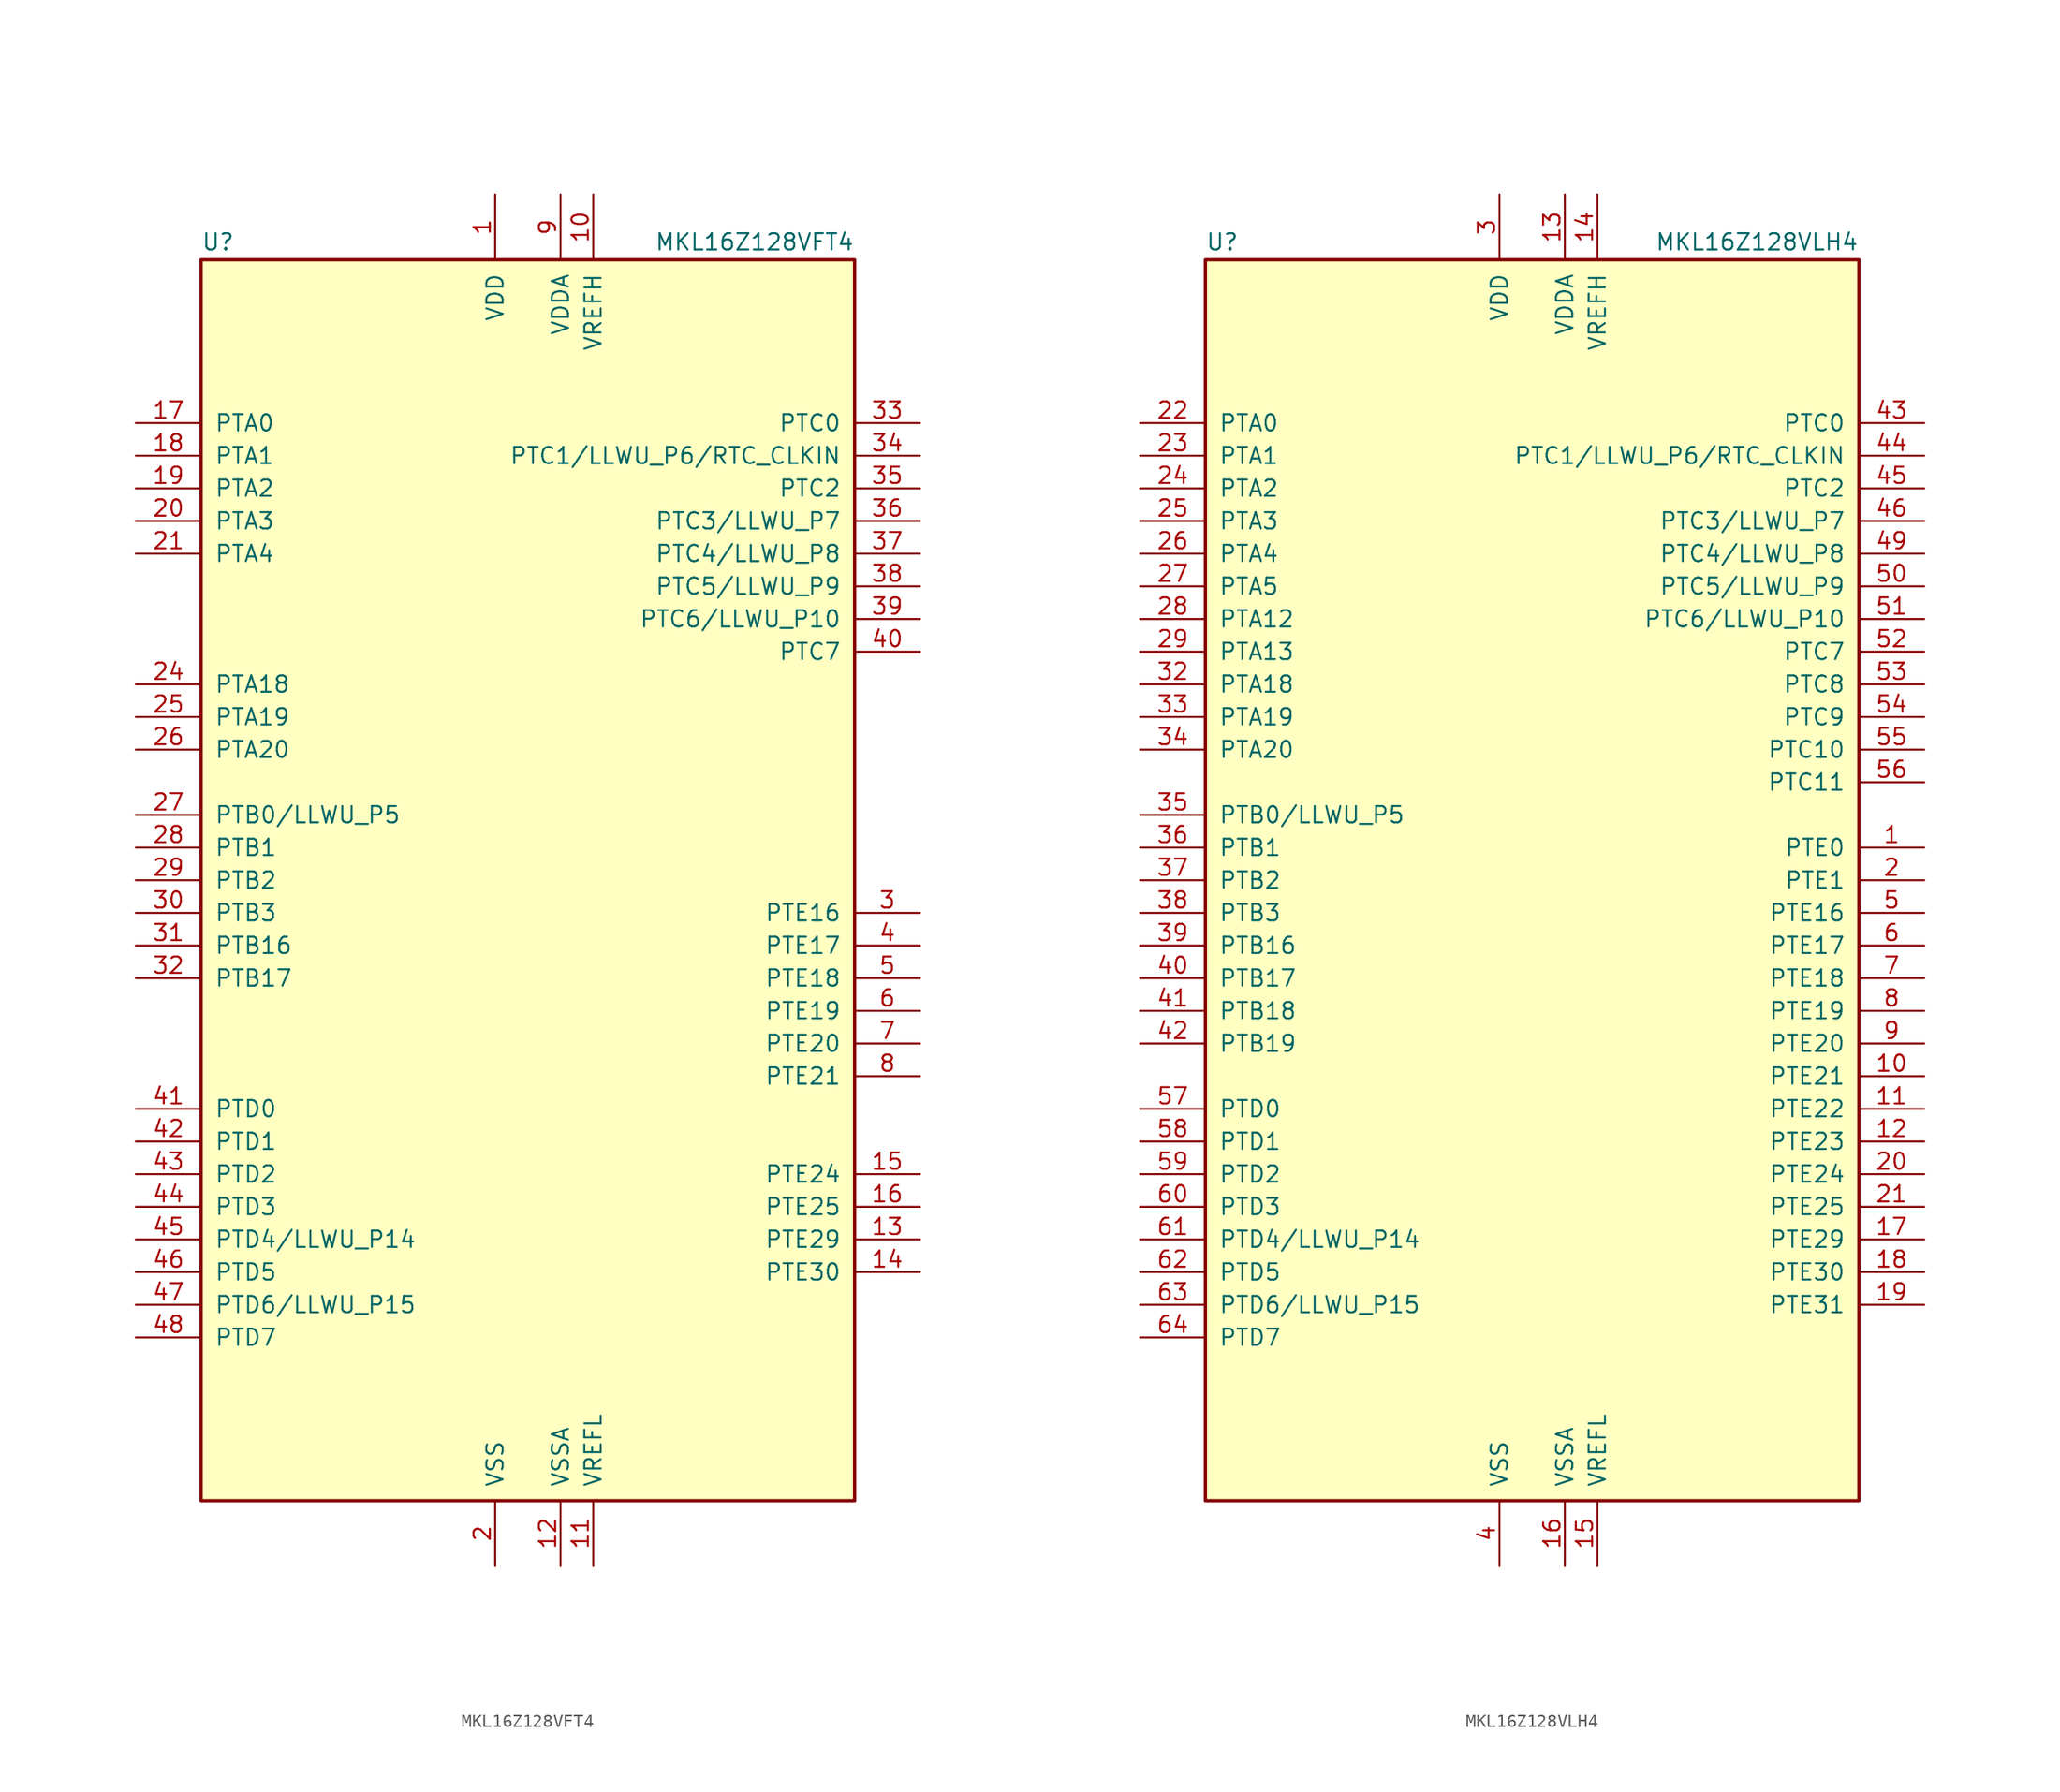
<source format=kicad_sym>
(kicad_symbol_lib
  (version 20211014)
  (generator kicad_symbol_editor)
  (symbol "MKL16Z128VFT4"
    (pin_names
      (offset 1.016))
    (property "Reference" "U"
      (at -25.4 48.895 0)
      (effects (font (size 1.27 1.27)) (justify left bottom)))
    (property "Value" "MKL16Z128VFT4"
      (at 25.4 48.895 0)
      (effects (font (size 1.27 1.27)) (justify right bottom)))
    (symbol "MKL16Z128VFT4_0_1"
      (rectangle (start -25.4 48.26) (end 25.4 -48.26) (stroke (width 0.254) (type default) (color 0 0 0 0)) (fill (type background))))
    (symbol "MKL16Z128VFT4_1_1"
      (pin power_in line (at -2.54 53.34 270) (length 5.08) (name "VDD" (effects (font (size 1.27 1.27)))) (number "1" (effects (font (size 1.27 1.27)))))
      (pin power_in line (at 5.08 53.34 270) (length 5.08) (name "VREFH" (effects (font (size 1.27 1.27)))) (number "10" (effects (font (size 1.27 1.27)))))
      (pin power_in line (at 5.08 -53.34 90) (length 5.08) (name "VREFL" (effects (font (size 1.27 1.27)))) (number "11" (effects (font (size 1.27 1.27)))))
      (pin power_in line (at 2.54 -53.34 90) (length 5.08) (name "VSSA" (effects (font (size 1.27 1.27)))) (number "12" (effects (font (size 1.27 1.27)))))
      (pin bidirectional line (at 30.48 -27.94 180) (length 5.08) (name "PTE29" (effects (font (size 1.27 1.27)))) (number "13" (effects (font (size 1.27 1.27)))))
      (pin bidirectional line (at 30.48 -30.48 180) (length 5.08) (name "PTE30" (effects (font (size 1.27 1.27)))) (number "14" (effects (font (size 1.27 1.27)))))
      (pin bidirectional line (at 30.48 -22.86 180) (length 5.08) (name "PTE24" (effects (font (size 1.27 1.27)))) (number "15" (effects (font (size 1.27 1.27)))))
      (pin bidirectional line (at 30.48 -25.4 180) (length 5.08) (name "PTE25" (effects (font (size 1.27 1.27)))) (number "16" (effects (font (size 1.27 1.27)))))
      (pin bidirectional line (at -30.48 35.56 0) (length 5.08) (name "PTA0" (effects (font (size 1.27 1.27)))) (number "17" (effects (font (size 1.27 1.27)))))
      (pin bidirectional line (at -30.48 33.02 0) (length 5.08) (name "PTA1" (effects (font (size 1.27 1.27)))) (number "18" (effects (font (size 1.27 1.27)))))
      (pin bidirectional line (at -30.48 30.48 0) (length 5.08) (name "PTA2" (effects (font (size 1.27 1.27)))) (number "19" (effects (font (size 1.27 1.27)))))
      (pin power_in line (at -2.54 -53.34 90) (length 5.08) (name "VSS" (effects (font (size 1.27 1.27)))) (number "2" (effects (font (size 1.27 1.27)))))
      (pin bidirectional line (at -30.48 27.94 0) (length 5.08) (name "PTA3" (effects (font (size 1.27 1.27)))) (number "20" (effects (font (size 1.27 1.27)))))
      (pin bidirectional line (at -30.48 25.4 0) (length 5.08) (name "PTA4" (effects (font (size 1.27 1.27)))) (number "21" (effects (font (size 1.27 1.27)))))
      (pin passive line (at -2.54 53.34 270) (length 5.08) hide (name "VDD" (effects (font (size 1.27 1.27)))) (number "22" (effects (font (size 1.27 1.27)))))
      (pin passive line (at -2.54 -53.34 90) (length 5.08) hide (name "VSS" (effects (font (size 1.27 1.27)))) (number "23" (effects (font (size 1.27 1.27)))))
      (pin bidirectional line (at -30.48 15.24 0) (length 5.08) (name "PTA18" (effects (font (size 1.27 1.27)))) (number "24" (effects (font (size 1.27 1.27)))))
      (pin bidirectional line (at -30.48 12.7 0) (length 5.08) (name "PTA19" (effects (font (size 1.27 1.27)))) (number "25" (effects (font (size 1.27 1.27)))))
      (pin bidirectional line (at -30.48 10.16 0) (length 5.08) (name "PTA20" (effects (font (size 1.27 1.27)))) (number "26" (effects (font (size 1.27 1.27)))))
      (pin bidirectional line (at -30.48 5.08 0) (length 5.08) (name "PTB0/LLWU_P5" (effects (font (size 1.27 1.27)))) (number "27" (effects (font (size 1.27 1.27)))))
      (pin bidirectional line (at -30.48 2.54 0) (length 5.08) (name "PTB1" (effects (font (size 1.27 1.27)))) (number "28" (effects (font (size 1.27 1.27)))))
      (pin bidirectional line (at -30.48 0 0) (length 5.08) (name "PTB2" (effects (font (size 1.27 1.27)))) (number "29" (effects (font (size 1.27 1.27)))))
      (pin bidirectional line (at 30.48 -2.54 180) (length 5.08) (name "PTE16" (effects (font (size 1.27 1.27)))) (number "3" (effects (font (size 1.27 1.27)))))
      (pin bidirectional line (at -30.48 -2.54 0) (length 5.08) (name "PTB3" (effects (font (size 1.27 1.27)))) (number "30" (effects (font (size 1.27 1.27)))))
      (pin bidirectional line (at -30.48 -5.08 0) (length 5.08) (name "PTB16" (effects (font (size 1.27 1.27)))) (number "31" (effects (font (size 1.27 1.27)))))
      (pin bidirectional line (at -30.48 -7.62 0) (length 5.08) (name "PTB17" (effects (font (size 1.27 1.27)))) (number "32" (effects (font (size 1.27 1.27)))))
      (pin bidirectional line (at 30.48 35.56 180) (length 5.08) (name "PTC0" (effects (font (size 1.27 1.27)))) (number "33" (effects (font (size 1.27 1.27)))))
      (pin bidirectional line (at 30.48 33.02 180) (length 5.08) (name "PTC1/LLWU_P6/RTC_CLKIN" (effects (font (size 1.27 1.27)))) (number "34" (effects (font (size 1.27 1.27)))))
      (pin bidirectional line (at 30.48 30.48 180) (length 5.08) (name "PTC2" (effects (font (size 1.27 1.27)))) (number "35" (effects (font (size 1.27 1.27)))))
      (pin bidirectional line (at 30.48 27.94 180) (length 5.08) (name "PTC3/LLWU_P7" (effects (font (size 1.27 1.27)))) (number "36" (effects (font (size 1.27 1.27)))))
      (pin bidirectional line (at 30.48 25.4 180) (length 5.08) (name "PTC4/LLWU_P8" (effects (font (size 1.27 1.27)))) (number "37" (effects (font (size 1.27 1.27)))))
      (pin bidirectional line (at 30.48 22.86 180) (length 5.08) (name "PTC5/LLWU_P9" (effects (font (size 1.27 1.27)))) (number "38" (effects (font (size 1.27 1.27)))))
      (pin bidirectional line (at 30.48 20.32 180) (length 5.08) (name "PTC6/LLWU_P10" (effects (font (size 1.27 1.27)))) (number "39" (effects (font (size 1.27 1.27)))))
      (pin bidirectional line (at 30.48 -5.08 180) (length 5.08) (name "PTE17" (effects (font (size 1.27 1.27)))) (number "4" (effects (font (size 1.27 1.27)))))
      (pin bidirectional line (at 30.48 17.78 180) (length 5.08) (name "PTC7" (effects (font (size 1.27 1.27)))) (number "40" (effects (font (size 1.27 1.27)))))
      (pin bidirectional line (at -30.48 -17.78 0) (length 5.08) (name "PTD0" (effects (font (size 1.27 1.27)))) (number "41" (effects (font (size 1.27 1.27)))))
      (pin bidirectional line (at -30.48 -20.32 0) (length 5.08) (name "PTD1" (effects (font (size 1.27 1.27)))) (number "42" (effects (font (size 1.27 1.27)))))
      (pin bidirectional line (at -30.48 -22.86 0) (length 5.08) (name "PTD2" (effects (font (size 1.27 1.27)))) (number "43" (effects (font (size 1.27 1.27)))))
      (pin bidirectional line (at -30.48 -25.4 0) (length 5.08) (name "PTD3" (effects (font (size 1.27 1.27)))) (number "44" (effects (font (size 1.27 1.27)))))
      (pin bidirectional line (at -30.48 -27.94 0) (length 5.08) (name "PTD4/LLWU_P14" (effects (font (size 1.27 1.27)))) (number "45" (effects (font (size 1.27 1.27)))))
      (pin bidirectional line (at -30.48 -30.48 0) (length 5.08) (name "PTD5" (effects (font (size 1.27 1.27)))) (number "46" (effects (font (size 1.27 1.27)))))
      (pin bidirectional line (at -30.48 -33.02 0) (length 5.08) (name "PTD6/LLWU_P15" (effects (font (size 1.27 1.27)))) (number "47" (effects (font (size 1.27 1.27)))))
      (pin bidirectional line (at -30.48 -35.56 0) (length 5.08) (name "PTD7" (effects (font (size 1.27 1.27)))) (number "48" (effects (font (size 1.27 1.27)))))
      (pin bidirectional line (at 30.48 -7.62 180) (length 5.08) (name "PTE18" (effects (font (size 1.27 1.27)))) (number "5" (effects (font (size 1.27 1.27)))))
      (pin bidirectional line (at 30.48 -10.16 180) (length 5.08) (name "PTE19" (effects (font (size 1.27 1.27)))) (number "6" (effects (font (size 1.27 1.27)))))
      (pin bidirectional line (at 30.48 -12.7 180) (length 5.08) (name "PTE20" (effects (font (size 1.27 1.27)))) (number "7" (effects (font (size 1.27 1.27)))))
      (pin bidirectional line (at 30.48 -15.24 180) (length 5.08) (name "PTE21" (effects (font (size 1.27 1.27)))) (number "8" (effects (font (size 1.27 1.27)))))
      (pin power_in line (at 2.54 53.34 270) (length 5.08) (name "VDDA" (effects (font (size 1.27 1.27)))) (number "9" (effects (font (size 1.27 1.27)))))))
  (symbol "MKL16Z128VLH4"
    (pin_names
      (offset 1.016))
    (property "Reference" "U"
      (at -25.4 48.895 0)
      (effects (font (size 1.27 1.27)) (justify left bottom)))
    (property "Value" "MKL16Z128VLH4"
      (at 25.4 48.895 0)
      (effects (font (size 1.27 1.27)) (justify right bottom)))
    (symbol "MKL16Z128VLH4_0_1"
      (rectangle (start -25.4 48.26) (end 25.4 -48.26) (stroke (width 0.254) (type default) (color 0 0 0 0)) (fill (type background))))
    (symbol "MKL16Z128VLH4_1_1"
      (pin bidirectional line (at 30.48 2.54 180) (length 5.08) (name "PTE0" (effects (font (size 1.27 1.27)))) (number "1" (effects (font (size 1.27 1.27)))))
      (pin bidirectional line (at 30.48 -15.24 180) (length 5.08) (name "PTE21" (effects (font (size 1.27 1.27)))) (number "10" (effects (font (size 1.27 1.27)))))
      (pin bidirectional line (at 30.48 -17.78 180) (length 5.08) (name "PTE22" (effects (font (size 1.27 1.27)))) (number "11" (effects (font (size 1.27 1.27)))))
      (pin bidirectional line (at 30.48 -20.32 180) (length 5.08) (name "PTE23" (effects (font (size 1.27 1.27)))) (number "12" (effects (font (size 1.27 1.27)))))
      (pin power_in line (at 2.54 53.34 270) (length 5.08) (name "VDDA" (effects (font (size 1.27 1.27)))) (number "13" (effects (font (size 1.27 1.27)))))
      (pin power_in line (at 5.08 53.34 270) (length 5.08) (name "VREFH" (effects (font (size 1.27 1.27)))) (number "14" (effects (font (size 1.27 1.27)))))
      (pin power_in line (at 5.08 -53.34 90) (length 5.08) (name "VREFL" (effects (font (size 1.27 1.27)))) (number "15" (effects (font (size 1.27 1.27)))))
      (pin power_in line (at 2.54 -53.34 90) (length 5.08) (name "VSSA" (effects (font (size 1.27 1.27)))) (number "16" (effects (font (size 1.27 1.27)))))
      (pin bidirectional line (at 30.48 -27.94 180) (length 5.08) (name "PTE29" (effects (font (size 1.27 1.27)))) (number "17" (effects (font (size 1.27 1.27)))))
      (pin bidirectional line (at 30.48 -30.48 180) (length 5.08) (name "PTE30" (effects (font (size 1.27 1.27)))) (number "18" (effects (font (size 1.27 1.27)))))
      (pin bidirectional line (at 30.48 -33.02 180) (length 5.08) (name "PTE31" (effects (font (size 1.27 1.27)))) (number "19" (effects (font (size 1.27 1.27)))))
      (pin bidirectional line (at 30.48 0 180) (length 5.08) (name "PTE1" (effects (font (size 1.27 1.27)))) (number "2" (effects (font (size 1.27 1.27)))))
      (pin bidirectional line (at 30.48 -22.86 180) (length 5.08) (name "PTE24" (effects (font (size 1.27 1.27)))) (number "20" (effects (font (size 1.27 1.27)))))
      (pin bidirectional line (at 30.48 -25.4 180) (length 5.08) (name "PTE25" (effects (font (size 1.27 1.27)))) (number "21" (effects (font (size 1.27 1.27)))))
      (pin bidirectional line (at -30.48 35.56 0) (length 5.08) (name "PTA0" (effects (font (size 1.27 1.27)))) (number "22" (effects (font (size 1.27 1.27)))))
      (pin bidirectional line (at -30.48 33.02 0) (length 5.08) (name "PTA1" (effects (font (size 1.27 1.27)))) (number "23" (effects (font (size 1.27 1.27)))))
      (pin bidirectional line (at -30.48 30.48 0) (length 5.08) (name "PTA2" (effects (font (size 1.27 1.27)))) (number "24" (effects (font (size 1.27 1.27)))))
      (pin bidirectional line (at -30.48 27.94 0) (length 5.08) (name "PTA3" (effects (font (size 1.27 1.27)))) (number "25" (effects (font (size 1.27 1.27)))))
      (pin bidirectional line (at -30.48 25.4 0) (length 5.08) (name "PTA4" (effects (font (size 1.27 1.27)))) (number "26" (effects (font (size 1.27 1.27)))))
      (pin bidirectional line (at -30.48 22.86 0) (length 5.08) (name "PTA5" (effects (font (size 1.27 1.27)))) (number "27" (effects (font (size 1.27 1.27)))))
      (pin bidirectional line (at -30.48 20.32 0) (length 5.08) (name "PTA12" (effects (font (size 1.27 1.27)))) (number "28" (effects (font (size 1.27 1.27)))))
      (pin bidirectional line (at -30.48 17.78 0) (length 5.08) (name "PTA13" (effects (font (size 1.27 1.27)))) (number "29" (effects (font (size 1.27 1.27)))))
      (pin power_in line (at -2.54 53.34 270) (length 5.08) (name "VDD" (effects (font (size 1.27 1.27)))) (number "3" (effects (font (size 1.27 1.27)))))
      (pin passive line (at -2.54 53.34 270) (length 5.08) hide (name "VDD" (effects (font (size 1.27 1.27)))) (number "30" (effects (font (size 1.27 1.27)))))
      (pin passive line (at -2.54 -53.34 90) (length 5.08) hide (name "VSS" (effects (font (size 1.27 1.27)))) (number "31" (effects (font (size 1.27 1.27)))))
      (pin bidirectional line (at -30.48 15.24 0) (length 5.08) (name "PTA18" (effects (font (size 1.27 1.27)))) (number "32" (effects (font (size 1.27 1.27)))))
      (pin bidirectional line (at -30.48 12.7 0) (length 5.08) (name "PTA19" (effects (font (size 1.27 1.27)))) (number "33" (effects (font (size 1.27 1.27)))))
      (pin bidirectional line (at -30.48 10.16 0) (length 5.08) (name "PTA20" (effects (font (size 1.27 1.27)))) (number "34" (effects (font (size 1.27 1.27)))))
      (pin bidirectional line (at -30.48 5.08 0) (length 5.08) (name "PTB0/LLWU_P5" (effects (font (size 1.27 1.27)))) (number "35" (effects (font (size 1.27 1.27)))))
      (pin bidirectional line (at -30.48 2.54 0) (length 5.08) (name "PTB1" (effects (font (size 1.27 1.27)))) (number "36" (effects (font (size 1.27 1.27)))))
      (pin bidirectional line (at -30.48 0 0) (length 5.08) (name "PTB2" (effects (font (size 1.27 1.27)))) (number "37" (effects (font (size 1.27 1.27)))))
      (pin bidirectional line (at -30.48 -2.54 0) (length 5.08) (name "PTB3" (effects (font (size 1.27 1.27)))) (number "38" (effects (font (size 1.27 1.27)))))
      (pin bidirectional line (at -30.48 -5.08 0) (length 5.08) (name "PTB16" (effects (font (size 1.27 1.27)))) (number "39" (effects (font (size 1.27 1.27)))))
      (pin power_in line (at -2.54 -53.34 90) (length 5.08) (name "VSS" (effects (font (size 1.27 1.27)))) (number "4" (effects (font (size 1.27 1.27)))))
      (pin bidirectional line (at -30.48 -7.62 0) (length 5.08) (name "PTB17" (effects (font (size 1.27 1.27)))) (number "40" (effects (font (size 1.27 1.27)))))
      (pin bidirectional line (at -30.48 -10.16 0) (length 5.08) (name "PTB18" (effects (font (size 1.27 1.27)))) (number "41" (effects (font (size 1.27 1.27)))))
      (pin bidirectional line (at -30.48 -12.7 0) (length 5.08) (name "PTB19" (effects (font (size 1.27 1.27)))) (number "42" (effects (font (size 1.27 1.27)))))
      (pin bidirectional line (at 30.48 35.56 180) (length 5.08) (name "PTC0" (effects (font (size 1.27 1.27)))) (number "43" (effects (font (size 1.27 1.27)))))
      (pin bidirectional line (at 30.48 33.02 180) (length 5.08) (name "PTC1/LLWU_P6/RTC_CLKIN" (effects (font (size 1.27 1.27)))) (number "44" (effects (font (size 1.27 1.27)))))
      (pin bidirectional line (at 30.48 30.48 180) (length 5.08) (name "PTC2" (effects (font (size 1.27 1.27)))) (number "45" (effects (font (size 1.27 1.27)))))
      (pin bidirectional line (at 30.48 27.94 180) (length 5.08) (name "PTC3/LLWU_P7" (effects (font (size 1.27 1.27)))) (number "46" (effects (font (size 1.27 1.27)))))
      (pin passive line (at -2.54 -53.34 90) (length 5.08) hide (name "VSS" (effects (font (size 1.27 1.27)))) (number "47" (effects (font (size 1.27 1.27)))))
      (pin passive line (at -2.54 53.34 270) (length 5.08) hide (name "VDD" (effects (font (size 1.27 1.27)))) (number "48" (effects (font (size 1.27 1.27)))))
      (pin bidirectional line (at 30.48 25.4 180) (length 5.08) (name "PTC4/LLWU_P8" (effects (font (size 1.27 1.27)))) (number "49" (effects (font (size 1.27 1.27)))))
      (pin bidirectional line (at 30.48 -2.54 180) (length 5.08) (name "PTE16" (effects (font (size 1.27 1.27)))) (number "5" (effects (font (size 1.27 1.27)))))
      (pin bidirectional line (at 30.48 22.86 180) (length 5.08) (name "PTC5/LLWU_P9" (effects (font (size 1.27 1.27)))) (number "50" (effects (font (size 1.27 1.27)))))
      (pin bidirectional line (at 30.48 20.32 180) (length 5.08) (name "PTC6/LLWU_P10" (effects (font (size 1.27 1.27)))) (number "51" (effects (font (size 1.27 1.27)))))
      (pin bidirectional line (at 30.48 17.78 180) (length 5.08) (name "PTC7" (effects (font (size 1.27 1.27)))) (number "52" (effects (font (size 1.27 1.27)))))
      (pin bidirectional line (at 30.48 15.24 180) (length 5.08) (name "PTC8" (effects (font (size 1.27 1.27)))) (number "53" (effects (font (size 1.27 1.27)))))
      (pin bidirectional line (at 30.48 12.7 180) (length 5.08) (name "PTC9" (effects (font (size 1.27 1.27)))) (number "54" (effects (font (size 1.27 1.27)))))
      (pin bidirectional line (at 30.48 10.16 180) (length 5.08) (name "PTC10" (effects (font (size 1.27 1.27)))) (number "55" (effects (font (size 1.27 1.27)))))
      (pin bidirectional line (at 30.48 7.62 180) (length 5.08) (name "PTC11" (effects (font (size 1.27 1.27)))) (number "56" (effects (font (size 1.27 1.27)))))
      (pin bidirectional line (at -30.48 -17.78 0) (length 5.08) (name "PTD0" (effects (font (size 1.27 1.27)))) (number "57" (effects (font (size 1.27 1.27)))))
      (pin bidirectional line (at -30.48 -20.32 0) (length 5.08) (name "PTD1" (effects (font (size 1.27 1.27)))) (number "58" (effects (font (size 1.27 1.27)))))
      (pin bidirectional line (at -30.48 -22.86 0) (length 5.08) (name "PTD2" (effects (font (size 1.27 1.27)))) (number "59" (effects (font (size 1.27 1.27)))))
      (pin bidirectional line (at 30.48 -5.08 180) (length 5.08) (name "PTE17" (effects (font (size 1.27 1.27)))) (number "6" (effects (font (size 1.27 1.27)))))
      (pin bidirectional line (at -30.48 -25.4 0) (length 5.08) (name "PTD3" (effects (font (size 1.27 1.27)))) (number "60" (effects (font (size 1.27 1.27)))))
      (pin bidirectional line (at -30.48 -27.94 0) (length 5.08) (name "PTD4/LLWU_P14" (effects (font (size 1.27 1.27)))) (number "61" (effects (font (size 1.27 1.27)))))
      (pin bidirectional line (at -30.48 -30.48 0) (length 5.08) (name "PTD5" (effects (font (size 1.27 1.27)))) (number "62" (effects (font (size 1.27 1.27)))))
      (pin bidirectional line (at -30.48 -33.02 0) (length 5.08) (name "PTD6/LLWU_P15" (effects (font (size 1.27 1.27)))) (number "63" (effects (font (size 1.27 1.27)))))
      (pin bidirectional line (at -30.48 -35.56 0) (length 5.08) (name "PTD7" (effects (font (size 1.27 1.27)))) (number "64" (effects (font (size 1.27 1.27)))))
      (pin bidirectional line (at 30.48 -7.62 180) (length 5.08) (name "PTE18" (effects (font (size 1.27 1.27)))) (number "7" (effects (font (size 1.27 1.27)))))
      (pin bidirectional line (at 30.48 -10.16 180) (length 5.08) (name "PTE19" (effects (font (size 1.27 1.27)))) (number "8" (effects (font (size 1.27 1.27)))))
      (pin bidirectional line (at 30.48 -12.7 180) (length 5.08) (name "PTE20" (effects (font (size 1.27 1.27)))) (number "9" (effects (font (size 1.27 1.27))))))))
</source>
